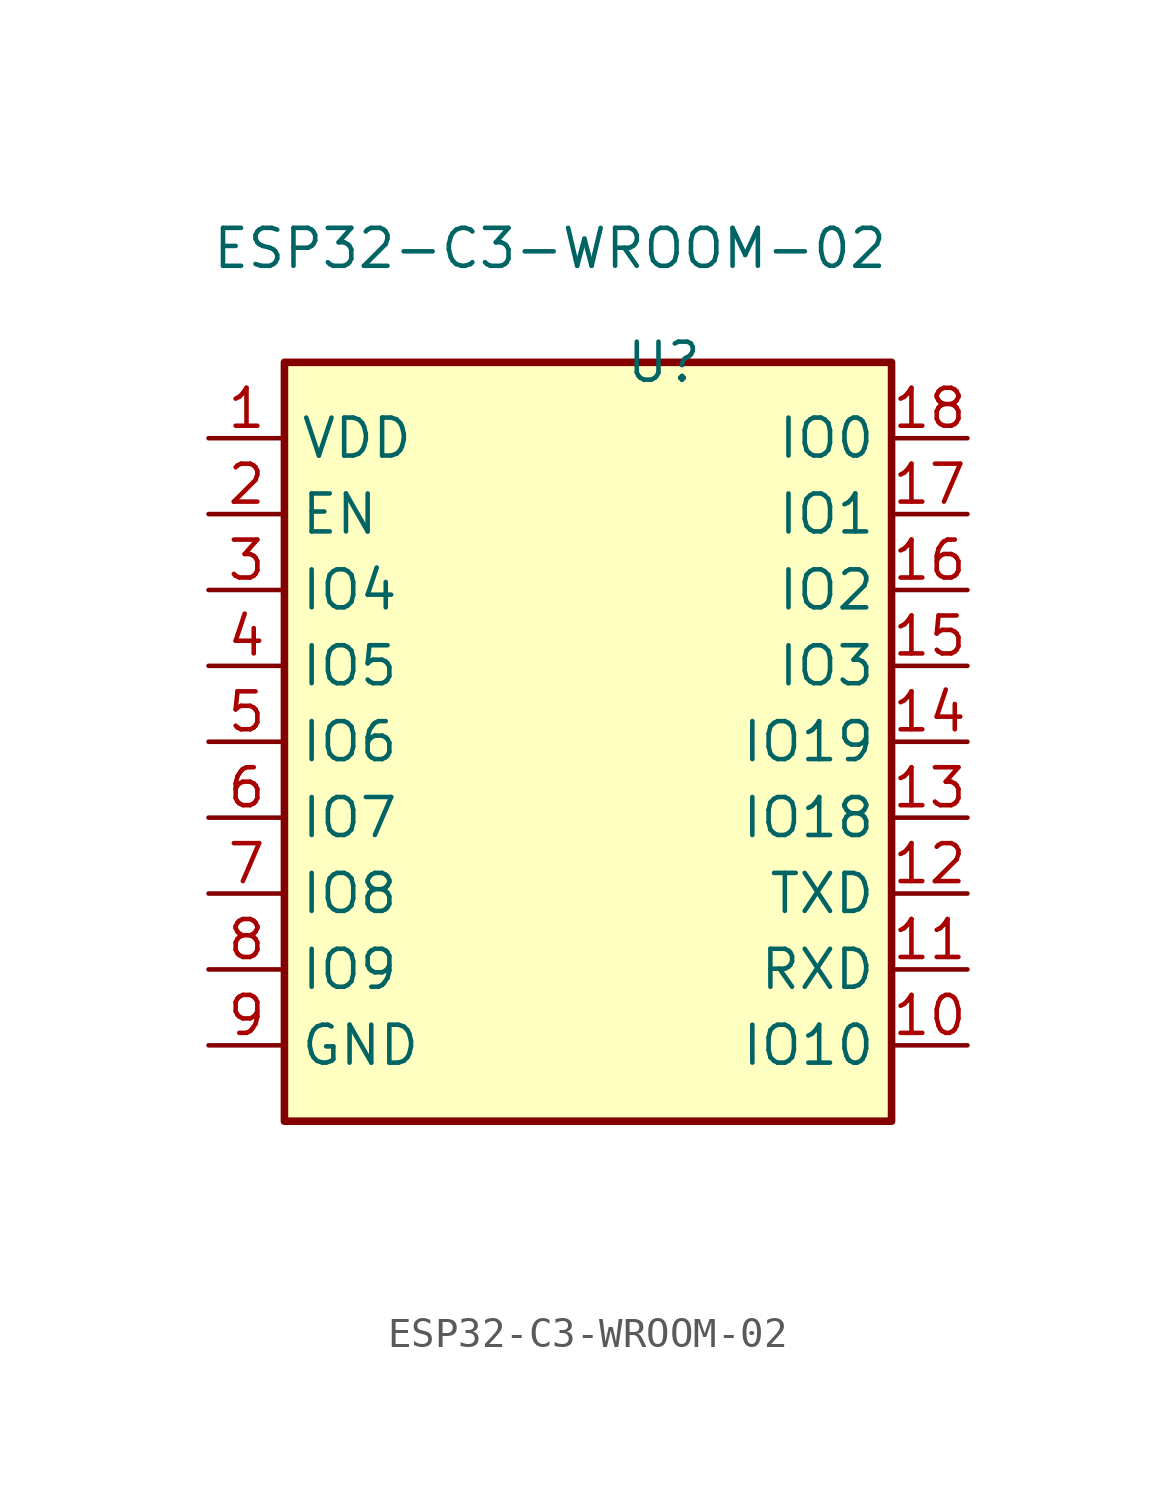
<source format=kicad_sym>
(kicad_symbol_lib
  (version 20211014)
  (generator kicad_symbol_editor)
  (symbol "ESP32-C3-WROOM-02"
    (property "Reference" "U"
      (at 2.54 0 0)
      (effects (font (size 1.27 1.27))))
    (property "Value" "ESP32-C3-WROOM-02"
      (at -1.27 3.81 0)
      (effects (font (size 1.27 1.27))))
    (symbol "ESP32-C3-WROOM-02_0_1"
      (rectangle (start 10.16 0) (end -10.16 -25.4) (stroke (width 0.254) (type default) (color 0 0 0 0)) (fill (type background))))
    (symbol "ESP32-C3-WROOM-02_1_1"
      (pin power_in line (at -12.7 -2.54 0) (length 2.54) (name "VDD" (effects (font (size 1.27 1.27)))) (number "1" (effects (font (size 1.27 1.27)))))
      (pin bidirectional line (at 12.7 -22.86 180) (length 2.54) (name "IO10" (effects (font (size 1.27 1.27)))) (number "10" (effects (font (size 1.27 1.27)))))
      (pin bidirectional line (at 12.7 -20.32 180) (length 2.54) (name "RXD" (effects (font (size 1.27 1.27)))) (number "11" (effects (font (size 1.27 1.27)))))
      (pin bidirectional line (at 12.7 -17.78 180) (length 2.54) (name "TXD" (effects (font (size 1.27 1.27)))) (number "12" (effects (font (size 1.27 1.27)))))
      (pin bidirectional line (at 12.7 -15.24 180) (length 2.54) (name "IO18" (effects (font (size 1.27 1.27)))) (number "13" (effects (font (size 1.27 1.27)))))
      (pin bidirectional line (at 12.7 -12.7 180) (length 2.54) (name "IO19" (effects (font (size 1.27 1.27)))) (number "14" (effects (font (size 1.27 1.27)))))
      (pin bidirectional line (at 12.7 -10.16 180) (length 2.54) (name "IO3" (effects (font (size 1.27 1.27)))) (number "15" (effects (font (size 1.27 1.27)))))
      (pin bidirectional line (at 12.7 -7.62 180) (length 2.54) (name "IO2" (effects (font (size 1.27 1.27)))) (number "16" (effects (font (size 1.27 1.27)))))
      (pin bidirectional line (at 12.7 -5.08 180) (length 2.54) (name "IO1" (effects (font (size 1.27 1.27)))) (number "17" (effects (font (size 1.27 1.27)))))
      (pin bidirectional line (at 12.7 -2.54 180) (length 2.54) (name "IO0" (effects (font (size 1.27 1.27)))) (number "18" (effects (font (size 1.27 1.27)))))
      (pin passive line (at 0 -27.94 90) (length 2.54) hide (name "GND" (effects (font (size 1.27 1.27)))) (number "19" (effects (font (size 1.27 1.27)))))
      (pin input line (at -12.7 -5.08 0) (length 2.54) (name "EN" (effects (font (size 1.27 1.27)))) (number "2" (effects (font (size 1.27 1.27)))))
      (pin bidirectional line (at -12.7 -7.62 0) (length 2.54) (name "IO4" (effects (font (size 1.27 1.27)))) (number "3" (effects (font (size 1.27 1.27)))))
      (pin bidirectional line (at -12.7 -10.16 0) (length 2.54) (name "IO5" (effects (font (size 1.27 1.27)))) (number "4" (effects (font (size 1.27 1.27)))))
      (pin bidirectional line (at -12.7 -12.7 0) (length 2.54) (name "IO6" (effects (font (size 1.27 1.27)))) (number "5" (effects (font (size 1.27 1.27)))))
      (pin bidirectional line (at -12.7 -15.24 0) (length 2.54) (name "IO7" (effects (font (size 1.27 1.27)))) (number "6" (effects (font (size 1.27 1.27)))))
      (pin bidirectional line (at -12.7 -17.78 0) (length 2.54) (name "IO8" (effects (font (size 1.27 1.27)))) (number "7" (effects (font (size 1.27 1.27)))))
      (pin bidirectional line (at -12.7 -20.32 0) (length 2.54) (name "IO9" (effects (font (size 1.27 1.27)))) (number "8" (effects (font (size 1.27 1.27)))))
      (pin power_in line (at -12.7 -22.86 0) (length 2.54) (name "GND" (effects (font (size 1.27 1.27)))) (number "9" (effects (font (size 1.27 1.27))))))))
</source>
